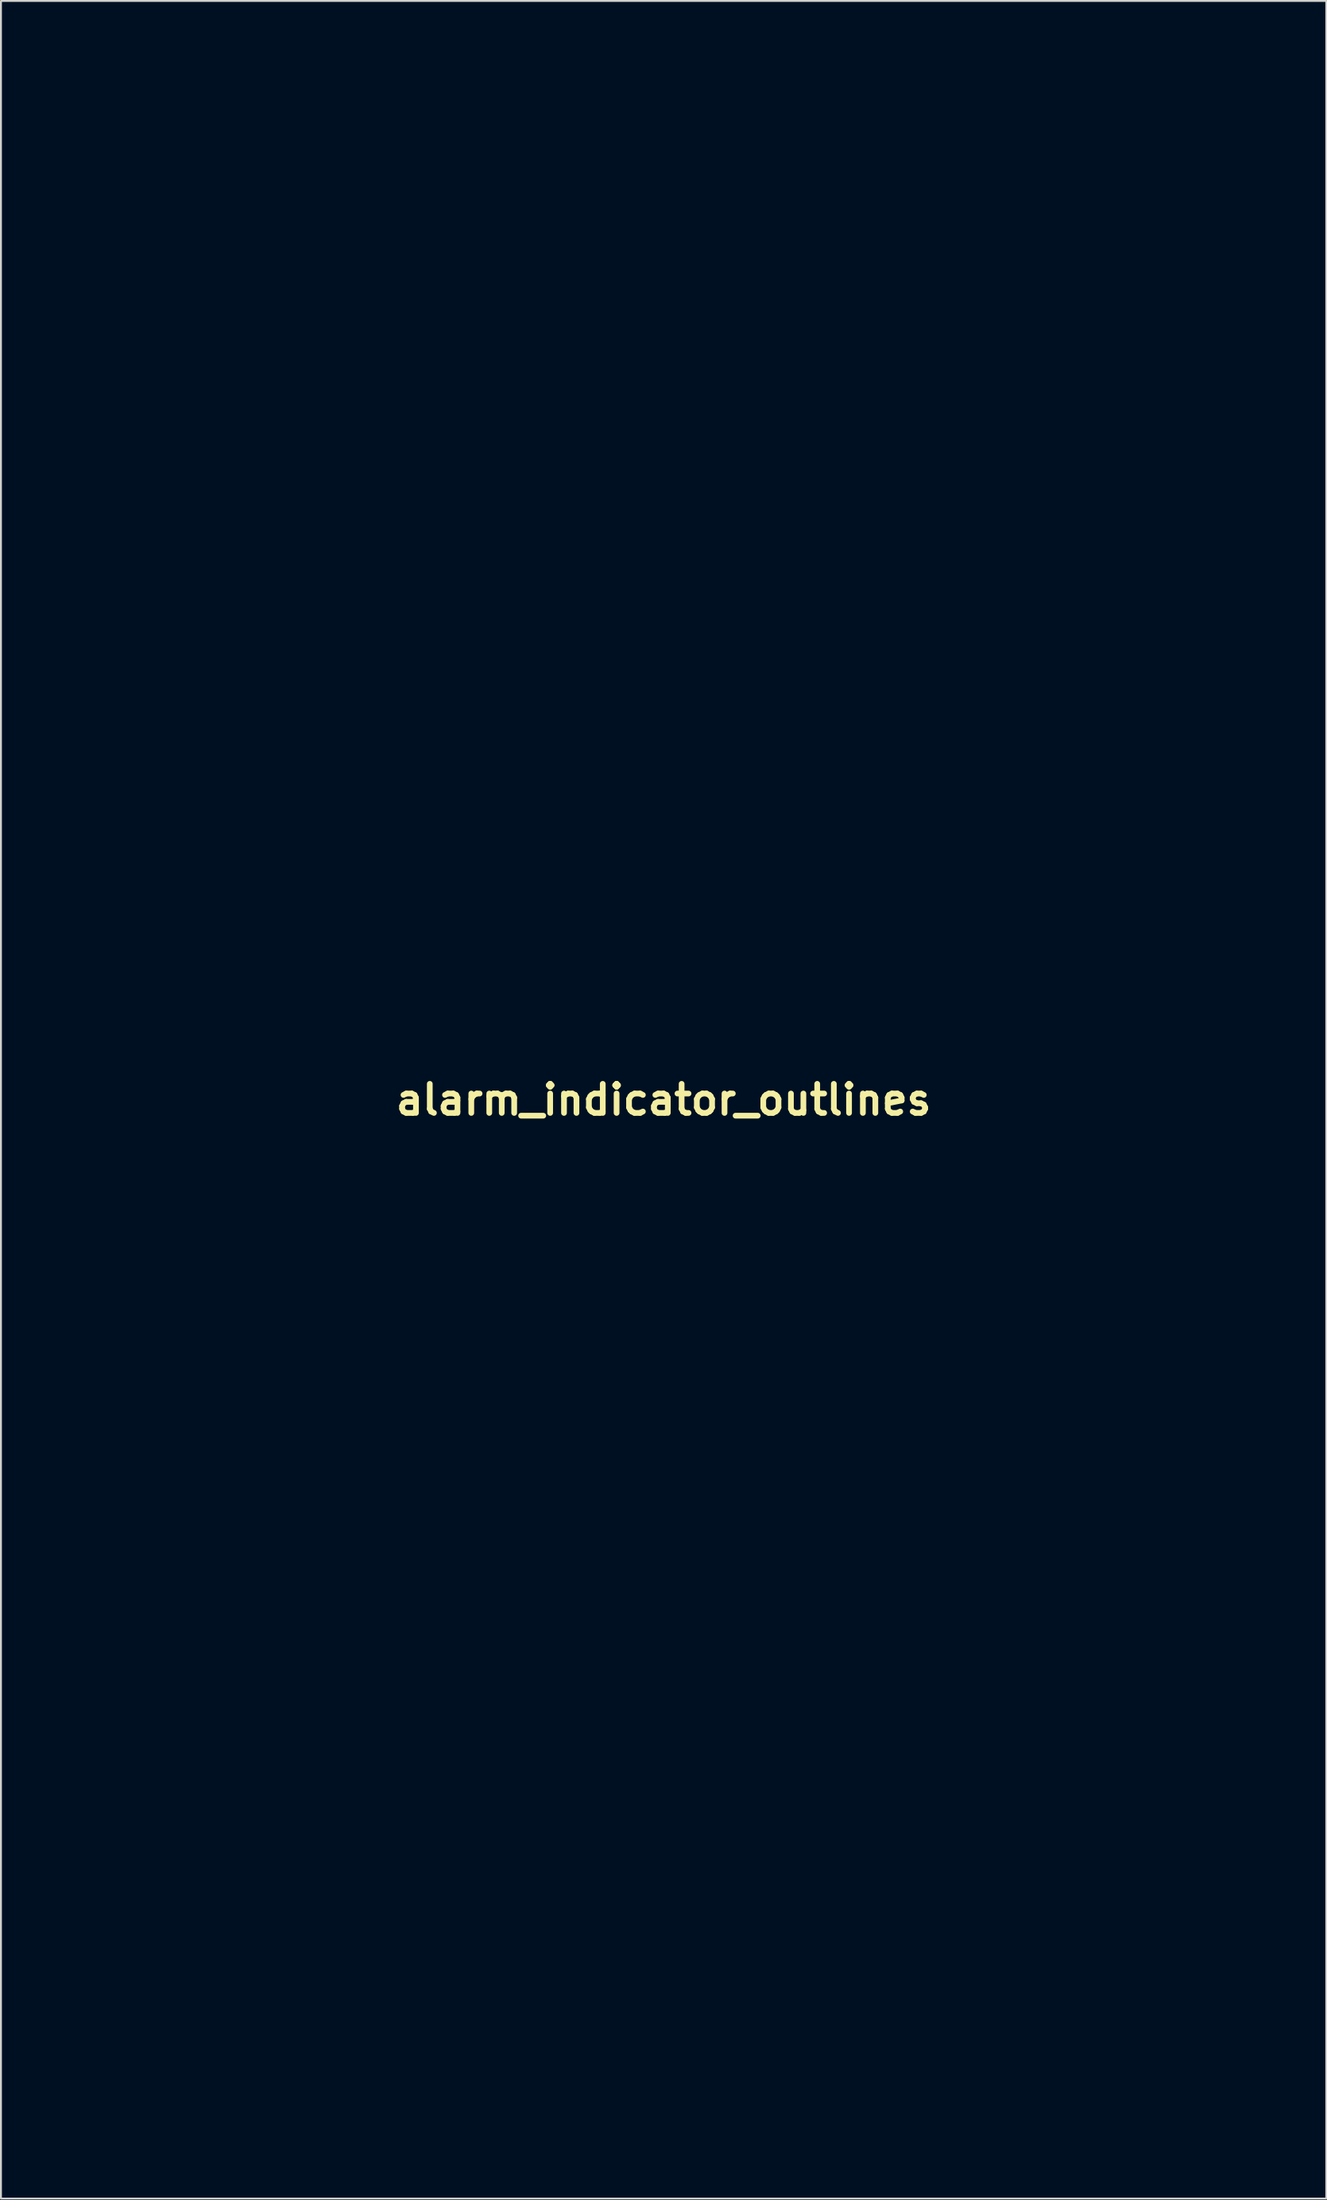
<source format=kicad_pcb>
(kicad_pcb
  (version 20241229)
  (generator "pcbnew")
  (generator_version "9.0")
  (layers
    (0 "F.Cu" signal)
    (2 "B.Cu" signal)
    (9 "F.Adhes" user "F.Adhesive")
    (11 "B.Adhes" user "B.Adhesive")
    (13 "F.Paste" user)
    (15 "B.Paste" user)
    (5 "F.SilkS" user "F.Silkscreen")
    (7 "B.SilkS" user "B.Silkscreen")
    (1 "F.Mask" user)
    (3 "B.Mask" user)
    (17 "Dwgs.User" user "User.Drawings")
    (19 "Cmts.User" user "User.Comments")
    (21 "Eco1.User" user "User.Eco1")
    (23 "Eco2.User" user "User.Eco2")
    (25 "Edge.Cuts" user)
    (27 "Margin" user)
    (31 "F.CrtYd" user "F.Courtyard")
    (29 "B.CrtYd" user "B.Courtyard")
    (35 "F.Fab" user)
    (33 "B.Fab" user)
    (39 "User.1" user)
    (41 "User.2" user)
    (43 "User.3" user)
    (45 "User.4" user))
  (footprint "alarm_indicator_outlines"
    (layer "F.Cu")
    (at 31.755 54.615)
    (property "Reference" "alarm_indicator_outlines" (at 0 0 0) (layer "F.SilkS") (effects (font (size 1.524 1.524) (thickness 0.3))))
    (attr through_hole)
    (fp_poly (pts (xy 22.806 8.649) (xy 23.849 8.649) (xy 24.79 8.651) (xy 25.635 8.652) (xy 26.387 8.655) (xy 27.051 8.657) (xy 27.631 8.661) (xy 28.132 8.665) (xy 28.557 8.67) (xy 28.911 8.675) (xy 29.198 8.681) (xy 29.423 8.688) (xy 29.589 8.695) (xy 29.702 8.704) (xy 29.766 8.712) (xy 29.78 8.717) (xy 29.919 8.823) (xy 30.059 8.98) (xy 30.081 9.011) (xy 30.226 9.226) (xy 30.226 15.494) (xy 30.226 21.762) (xy 30.081 21.977) (xy 29.947 22.137) (xy 29.803 22.257) (xy 29.78 22.271) (xy 29.698 22.28) (xy 29.496 22.289) (xy 29.182 22.298) (xy 28.762 22.306) (xy 28.244 22.313) (xy 27.634 22.32) (xy 26.94 22.326) (xy 26.169 22.332) (xy 25.328 22.337) (xy 24.424 22.341) (xy 23.465 22.345) (xy 22.457 22.349) (xy 21.407 22.352) (xy 20.323 22.354) (xy 19.212 22.356) (xy 18.081 22.357) (xy 16.937 22.358) (xy 15.787 22.358) (xy 14.638 22.358) (xy 13.498 22.357) (xy 12.374 22.355) (xy 11.272 22.353) (xy 10.2 22.351) (xy 9.165 22.348) (xy 8.175 22.344) (xy 7.235 22.34) (xy 6.354 22.335) (xy 5.538 22.33) (xy 4.795 22.324) (xy 4.132 22.317) (xy 3.555 22.31) (xy 3.073 22.303) (xy 2.692 22.295) (xy 2.419 22.286) (xy 2.261 22.277) (xy 2.224 22.271) (xy 2.086 22.165) (xy 1.945 22.008) (xy 1.922 21.975) (xy 1.776 21.759) (xy 1.809 9.261) (xy 2.032 9.261) (xy 2.032 21.727) (xy 2.218 21.912) (xy 2.403 22.098) (xy 29.584 22.098) (xy 29.94 21.791) (xy 29.94 9.197) (xy 29.762 9.043) (xy 29.584 8.89) (xy 2.403 8.89) (xy 2.032 9.261) (xy 1.809 9.261) (xy 1.81 9.083) (xy 2.225 8.668) (xy 15.924 8.653) (xy 17.537 8.651) (xy 19.028 8.65) (xy 20.4 8.649) (xy 21.658 8.649) (xy 22.806 8.649)) (stroke (width 0.01) (type solid)) (fill no) (layer "Eco1.User"))
    (fp_poly (pts (xy 22.806 24.143) (xy 23.849 24.143) (xy 24.79 24.145) (xy 25.635 24.146) (xy 26.387 24.149) (xy 27.051 24.151) (xy 27.631 24.155) (xy 28.132 24.159) (xy 28.557 24.164) (xy 28.911 24.169) (xy 29.198 24.175) (xy 29.423 24.182) (xy 29.589 24.189) (xy 29.702 24.198) (xy 29.766 24.206) (xy 29.78 24.211) (xy 29.919 24.317) (xy 30.059 24.474) (xy 30.081 24.505) (xy 30.226 24.72) (xy 30.226 30.988) (xy 30.226 37.256) (xy 30.081 37.471) (xy 29.947 37.631) (xy 29.803 37.751) (xy 29.78 37.765) (xy 29.698 37.774) (xy 29.496 37.783) (xy 29.182 37.792) (xy 28.762 37.8) (xy 28.244 37.807) (xy 27.634 37.814) (xy 26.94 37.82) (xy 26.169 37.826) (xy 25.328 37.831) (xy 24.424 37.835) (xy 23.465 37.839) (xy 22.457 37.843) (xy 21.407 37.846) (xy 20.323 37.848) (xy 19.212 37.85) (xy 18.081 37.851) (xy 16.937 37.852) (xy 15.787 37.852) (xy 14.638 37.852) (xy 13.498 37.851) (xy 12.374 37.849) (xy 11.272 37.847) (xy 10.2 37.845) (xy 9.165 37.842) (xy 8.175 37.838) (xy 7.235 37.834) (xy 6.354 37.829) (xy 5.538 37.824) (xy 4.795 37.818) (xy 4.132 37.811) (xy 3.555 37.804) (xy 3.073 37.797) (xy 2.692 37.789) (xy 2.419 37.78) (xy 2.261 37.771) (xy 2.224 37.765) (xy 2.086 37.659) (xy 1.945 37.502) (xy 1.922 37.469) (xy 1.776 37.253) (xy 1.809 24.755) (xy 2.032 24.755) (xy 2.032 37.221) (xy 2.218 37.406) (xy 2.403 37.592) (xy 29.584 37.592) (xy 29.94 37.285) (xy 29.94 24.691) (xy 29.762 24.537) (xy 29.584 24.384) (xy 2.403 24.384) (xy 2.032 24.755) (xy 1.809 24.755) (xy 1.81 24.577) (xy 2.225 24.162) (xy 15.924 24.147) (xy 17.537 24.145) (xy 19.028 24.144) (xy 20.4 24.143) (xy 21.658 24.143) (xy 22.806 24.143)) (stroke (width 0.01) (type solid)) (fill no) (layer "Eco1.User"))
    (fp_poly (pts (xy 17.366 -6.864) (xy 18.506 -6.863) (xy 19.63 -6.861) (xy 20.732 -6.859) (xy 21.804 -6.857) (xy 22.839 -6.854) (xy 23.829 -6.85) (xy 24.769 -6.846) (xy 25.65 -6.841) (xy 26.466 -6.836) (xy 27.209 -6.83) (xy 27.872 -6.823) (xy 28.449 -6.816) (xy 28.931 -6.809) (xy 29.312 -6.801) (xy 29.585 -6.792) (xy 29.743 -6.783) (xy 29.78 -6.777) (xy 29.919 -6.671) (xy 30.059 -6.514) (xy 30.081 -6.483) (xy 30.226 -6.268) (xy 30.226 0) (xy 30.226 6.268) (xy 30.081 6.483) (xy 29.947 6.643) (xy 29.803 6.763) (xy 29.78 6.777) (xy 29.698 6.786) (xy 29.496 6.795) (xy 29.182 6.804) (xy 28.762 6.812) (xy 28.244 6.819) (xy 27.634 6.826) (xy 26.94 6.832) (xy 26.169 6.838) (xy 25.328 6.843) (xy 24.424 6.847) (xy 23.465 6.851) (xy 22.457 6.855) (xy 21.407 6.858) (xy 20.323 6.86) (xy 19.212 6.862) (xy 18.081 6.863) (xy 16.937 6.864) (xy 15.787 6.864) (xy 14.638 6.864) (xy 13.498 6.863) (xy 12.374 6.861) (xy 11.272 6.859) (xy 10.2 6.857) (xy 9.165 6.854) (xy 8.175 6.85) (xy 7.235 6.846) (xy 6.354 6.841) (xy 5.538 6.836) (xy 4.795 6.83) (xy 4.132 6.823) (xy 3.555 6.816) (xy 3.073 6.809) (xy 2.692 6.801) (xy 2.419 6.792) (xy 2.261 6.783) (xy 2.224 6.777) (xy 2.085 6.671) (xy 1.945 6.514) (xy 1.923 6.483) (xy 1.778 6.268) (xy 1.778 -6.233) (xy 2.032 -6.233) (xy 2.032 6.233) (xy 2.218 6.418) (xy 2.403 6.604) (xy 29.584 6.604) (xy 29.94 6.297) (xy 29.94 -6.297) (xy 29.762 -6.451) (xy 29.584 -6.604) (xy 2.403 -6.604) (xy 2.032 -6.233) (xy 1.778 -6.233) (xy 1.778 -6.268) (xy 1.923 -6.483) (xy 2.057 -6.643) (xy 2.201 -6.763) (xy 2.224 -6.777) (xy 2.306 -6.786) (xy 2.508 -6.795) (xy 2.822 -6.804) (xy 3.242 -6.812) (xy 3.76 -6.819) (xy 4.37 -6.826) (xy 5.064 -6.832) (xy 5.835 -6.838) (xy 6.676 -6.843) (xy 7.58 -6.847) (xy 8.539 -6.851) (xy 9.547 -6.855) (xy 10.597 -6.858) (xy 11.681 -6.86) (xy 12.792 -6.862) (xy 13.923 -6.863) (xy 15.067 -6.864) (xy 16.217 -6.864) (xy 17.366 -6.864)) (stroke (width 0.01) (type solid)) (fill no) (layer "Eco1.User"))
    (fp_poly (pts (xy 17.366 -37.852) (xy 18.506 -37.851) (xy 19.63 -37.849) (xy 20.732 -37.847) (xy 21.804 -37.845) (xy 22.839 -37.842) (xy 23.829 -37.838) (xy 24.769 -37.834) (xy 25.65 -37.829) (xy 26.466 -37.824) (xy 27.209 -37.818) (xy 27.872 -37.811) (xy 28.449 -37.804) (xy 28.931 -37.797) (xy 29.312 -37.789) (xy 29.585 -37.78) (xy 29.743 -37.771) (xy 29.78 -37.765) (xy 29.919 -37.659) (xy 30.059 -37.502) (xy 30.081 -37.471) (xy 30.226 -37.256) (xy 30.226 -30.988) (xy 30.226 -24.72) (xy 30.081 -24.505) (xy 29.947 -24.345) (xy 29.803 -24.225) (xy 29.78 -24.211) (xy 29.737 -24.202) (xy 29.647 -24.193) (xy 29.503 -24.185) (xy 29.302 -24.178) (xy 29.04 -24.171) (xy 28.712 -24.165) (xy 28.314 -24.16) (xy 27.842 -24.155) (xy 27.291 -24.151) (xy 26.658 -24.147) (xy 25.937 -24.144) (xy 25.125 -24.142) (xy 24.217 -24.139) (xy 23.209 -24.138) (xy 22.097 -24.136) (xy 20.877 -24.135) (xy 19.543 -24.135) (xy 18.093 -24.135) (xy 16.521 -24.135) (xy 16.002 -24.135) (xy 14.694 -24.136) (xy 13.42 -24.136) (xy 12.184 -24.138) (xy 10.993 -24.14) (xy 9.853 -24.142) (xy 8.769 -24.145) (xy 7.747 -24.148) (xy 6.794 -24.151) (xy 5.915 -24.154) (xy 5.116 -24.158) (xy 4.402 -24.162) (xy 3.781 -24.167) (xy 3.257 -24.171) (xy 2.836 -24.176) (xy 2.525 -24.181) (xy 2.329 -24.186) (xy 2.254 -24.191) (xy 2.125 -24.273) (xy 1.98 -24.402) (xy 1.968 -24.414) (xy 1.81 -24.585) (xy 1.793 -30.919) (xy 1.776 -37.221) (xy 2.032 -37.221) (xy 2.032 -24.755) (xy 2.218 -24.57) (xy 2.403 -24.384) (xy 29.584 -24.384) (xy 29.94 -24.691) (xy 29.94 -37.285) (xy 29.762 -37.439) (xy 29.584 -37.592) (xy 2.403 -37.592) (xy 2.032 -37.221) (xy 1.776 -37.221) (xy 1.776 -37.253) (xy 1.922 -37.469) (xy 2.056 -37.63) (xy 2.2 -37.751) (xy 2.224 -37.765) (xy 2.306 -37.774) (xy 2.508 -37.783) (xy 2.822 -37.792) (xy 3.242 -37.8) (xy 3.76 -37.807) (xy 4.37 -37.814) (xy 5.064 -37.82) (xy 5.835 -37.826) (xy 6.676 -37.831) (xy 7.58 -37.835) (xy 8.539 -37.839) (xy 9.547 -37.843) (xy 10.597 -37.846) (xy 11.681 -37.848) (xy 12.792 -37.85) (xy 13.923 -37.851) (xy 15.067 -37.852) (xy 16.217 -37.852) (xy 17.366 -37.852)) (stroke (width 0.01) (type solid)) (fill no) (layer "Eco1.User"))
    (fp_poly (pts (xy 17.366 -22.358) (xy 18.506 -22.357) (xy 19.63 -22.355) (xy 20.732 -22.353) (xy 21.804 -22.351) (xy 22.839 -22.348) (xy 23.829 -22.344) (xy 24.769 -22.34) (xy 25.65 -22.335) (xy 26.466 -22.33) (xy 27.209 -22.324) (xy 27.872 -22.317) (xy 28.449 -22.31) (xy 28.931 -22.303) (xy 29.312 -22.295) (xy 29.585 -22.286) (xy 29.743 -22.277) (xy 29.78 -22.271) (xy 29.919 -22.165) (xy 30.059 -22.008) (xy 30.081 -21.977) (xy 30.226 -21.762) (xy 30.226 -15.494) (xy 30.226 -9.226) (xy 30.081 -9.011) (xy 29.947 -8.851) (xy 29.803 -8.731) (xy 29.78 -8.717) (xy 29.737 -8.708) (xy 29.647 -8.699) (xy 29.503 -8.691) (xy 29.302 -8.684) (xy 29.04 -8.677) (xy 28.712 -8.671) (xy 28.314 -8.666) (xy 27.842 -8.661) (xy 27.291 -8.657) (xy 26.658 -8.653) (xy 25.937 -8.65) (xy 25.125 -8.648) (xy 24.217 -8.645) (xy 23.209 -8.644) (xy 22.097 -8.642) (xy 20.877 -8.641) (xy 19.543 -8.641) (xy 18.093 -8.641) (xy 16.521 -8.641) (xy 16.002 -8.641) (xy 14.694 -8.642) (xy 13.42 -8.642) (xy 12.184 -8.644) (xy 10.993 -8.646) (xy 9.853 -8.648) (xy 8.769 -8.651) (xy 7.747 -8.654) (xy 6.794 -8.657) (xy 5.915 -8.66) (xy 5.116 -8.664) (xy 4.402 -8.668) (xy 3.781 -8.673) (xy 3.257 -8.677) (xy 2.836 -8.682) (xy 2.525 -8.687) (xy 2.329 -8.692) (xy 2.254 -8.697) (xy 2.125 -8.779) (xy 1.98 -8.908) (xy 1.968 -8.92) (xy 1.81 -9.091) (xy 1.793 -15.425) (xy 1.776 -21.727) (xy 2.032 -21.727) (xy 2.032 -9.261) (xy 2.218 -9.076) (xy 2.403 -8.89) (xy 29.584 -8.89) (xy 29.94 -9.197) (xy 29.94 -21.791) (xy 29.762 -21.945) (xy 29.584 -22.098) (xy 2.403 -22.098) (xy 2.032 -21.727) (xy 1.776 -21.727) (xy 1.776 -21.759) (xy 1.922 -21.975) (xy 2.056 -22.136) (xy 2.2 -22.257) (xy 2.224 -22.271) (xy 2.306 -22.28) (xy 2.508 -22.289) (xy 2.822 -22.298) (xy 3.242 -22.306) (xy 3.76 -22.313) (xy 4.37 -22.32) (xy 5.064 -22.326) (xy 5.835 -22.332) (xy 6.676 -22.337) (xy 7.58 -22.341) (xy 8.539 -22.345) (xy 9.547 -22.349) (xy 10.597 -22.352) (xy 11.681 -22.354) (xy 12.792 -22.356) (xy 13.923 -22.357) (xy 15.067 -22.358) (xy 16.217 -22.358) (xy 17.366 -22.358)) (stroke (width 0.01) (type solid)) (fill no) (layer "Eco1.User"))
    (fp_poly (pts (xy -14.638 -6.864) (xy -13.498 -6.863) (xy -12.374 -6.861) (xy -11.272 -6.859) (xy -10.2 -6.857) (xy -9.165 -6.854) (xy -8.175 -6.85) (xy -7.235 -6.846) (xy -6.354 -6.841) (xy -5.538 -6.836) (xy -4.795 -6.83) (xy -4.132 -6.823) (xy -3.555 -6.816) (xy -3.073 -6.809) (xy -2.692 -6.801) (xy -2.419 -6.792) (xy -2.261 -6.783) (xy -2.224 -6.777) (xy -2.085 -6.671) (xy -1.945 -6.514) (xy -1.923 -6.483) (xy -1.778 -6.268) (xy -1.778 0) (xy -1.778 6.268) (xy -1.923 6.483) (xy -2.057 6.643) (xy -2.201 6.763) (xy -2.224 6.777) (xy -2.306 6.786) (xy -2.508 6.795) (xy -2.822 6.804) (xy -3.242 6.812) (xy -3.76 6.819) (xy -4.37 6.826) (xy -5.064 6.832) (xy -5.835 6.838) (xy -6.676 6.843) (xy -7.58 6.847) (xy -8.539 6.851) (xy -9.547 6.855) (xy -10.597 6.858) (xy -11.681 6.86) (xy -12.792 6.862) (xy -13.923 6.863) (xy -15.067 6.864) (xy -16.217 6.864) (xy -17.366 6.864) (xy -18.506 6.863) (xy -19.63 6.861) (xy -20.732 6.859) (xy -21.804 6.857) (xy -22.839 6.854) (xy -23.829 6.85) (xy -24.769 6.846) (xy -25.65 6.841) (xy -26.466 6.836) (xy -27.209 6.83) (xy -27.872 6.823) (xy -28.449 6.816) (xy -28.931 6.809) (xy -29.312 6.801) (xy -29.585 6.792) (xy -29.743 6.783) (xy -29.78 6.777) (xy -29.919 6.671) (xy -30.059 6.514) (xy -30.081 6.483) (xy -30.226 6.268) (xy -30.226 -6.268) (xy -30.206 -6.297) (xy -29.94 -6.297) (xy -29.94 6.297) (xy -29.762 6.451) (xy -29.584 6.604) (xy -2.403 6.604) (xy -2.218 6.418) (xy -2.032 6.233) (xy -2.032 0) (xy -2.032 -6.233) (xy -2.218 -6.418) (xy -2.403 -6.604) (xy -15.994 -6.604) (xy -29.584 -6.604) (xy -29.762 -6.451) (xy -29.94 -6.297) (xy -30.206 -6.297) (xy -30.081 -6.483) (xy -29.947 -6.643) (xy -29.803 -6.763) (xy -29.78 -6.777) (xy -29.698 -6.786) (xy -29.496 -6.795) (xy -29.182 -6.804) (xy -28.762 -6.812) (xy -28.244 -6.819) (xy -27.634 -6.826) (xy -26.94 -6.832) (xy -26.169 -6.838) (xy -25.328 -6.843) (xy -24.424 -6.847) (xy -23.465 -6.851) (xy -22.457 -6.855) (xy -21.407 -6.858) (xy -20.323 -6.86) (xy -19.212 -6.862) (xy -18.081 -6.863) (xy -16.937 -6.864) (xy -15.787 -6.864) (xy -14.638 -6.864)) (stroke (width 0.01) (type solid)) (fill no) (layer "Eco1.User"))
    (fp_poly (pts (xy -21.008 24.143) (xy -19.69 24.143) (xy -18.256 24.144) (xy -16.701 24.146) (xy -15.924 24.147) (xy -2.225 24.162) (xy -2.017 24.369) (xy -1.81 24.577) (xy -1.793 30.915) (xy -1.776 37.253) (xy -1.922 37.469) (xy -2.056 37.63) (xy -2.2 37.751) (xy -2.224 37.765) (xy -2.267 37.774) (xy -2.358 37.783) (xy -2.502 37.791) (xy -2.703 37.798) (xy -2.966 37.805) (xy -3.295 37.811) (xy -3.694 37.816) (xy -4.167 37.821) (xy -4.719 37.826) (xy -5.354 37.829) (xy -6.076 37.833) (xy -6.89 37.836) (xy -7.799 37.838) (xy -8.809 37.84) (xy -9.923 37.842) (xy -11.145 37.843) (xy -12.481 37.844) (xy -13.933 37.844) (xy -15.508 37.845) (xy -16.002 37.845) (xy -17.551 37.845) (xy -18.977 37.845) (xy -20.287 37.845) (xy -21.485 37.844) (xy -22.577 37.844) (xy -23.566 37.843) (xy -24.46 37.842) (xy -25.262 37.841) (xy -25.977 37.839) (xy -26.611 37.837) (xy -27.169 37.834) (xy -27.656 37.831) (xy -28.077 37.827) (xy -28.437 37.823) (xy -28.741 37.818) (xy -28.995 37.812) (xy -29.202 37.805) (xy -29.369 37.798) (xy -29.501 37.79) (xy -29.602 37.781) (xy -29.677 37.771) (xy -29.732 37.76) (xy -29.773 37.748) (xy -29.802 37.735) (xy -29.826 37.722) (xy -29.891 37.684) (xy -29.948 37.651) (xy -29.998 37.615) (xy -30.042 37.567) (xy -30.08 37.501) (xy -30.113 37.41) (xy -30.14 37.285) (xy -30.162 37.12) (xy -30.18 36.906) (xy -30.195 36.637) (xy -30.206 36.305) (xy -30.214 35.902) (xy -30.22 35.421) (xy -30.223 34.855) (xy -30.225 34.196) (xy -30.226 33.437) (xy -30.226 32.569) (xy -30.226 31.587) (xy -30.226 30.969) (xy -30.226 24.72) (xy -30.206 24.691) (xy -29.94 24.691) (xy -29.94 37.285) (xy -29.762 37.439) (xy -29.584 37.592) (xy -2.403 37.592) (xy -2.218 37.406) (xy -2.032 37.221) (xy -2.032 30.988) (xy -2.032 24.755) (xy -2.218 24.57) (xy -2.403 24.384) (xy -29.584 24.384) (xy -29.762 24.537) (xy -29.94 24.691) (xy -30.206 24.691) (xy -30.081 24.505) (xy -29.947 24.344) (xy -29.803 24.224) (xy -29.78 24.211) (xy -29.738 24.202) (xy -29.649 24.193) (xy -29.508 24.185) (xy -29.312 24.178) (xy -29.054 24.172) (xy -28.732 24.166) (xy -28.341 24.161) (xy -27.877 24.157) (xy -27.335 24.153) (xy -26.712 24.15) (xy -26.002 24.147) (xy -25.201 24.145) (xy -24.306 24.144) (xy -23.311 24.143) (xy -22.213 24.143) (xy -21.008 24.143)) (stroke (width 0.01) (type solid)) (fill no) (layer "Eco1.User"))
    (fp_poly (pts (xy -21.008 8.649) (xy -19.69 8.649) (xy -18.256 8.65) (xy -16.701 8.652) (xy -15.924 8.653) (xy -2.225 8.668) (xy -2.017 8.875) (xy -1.81 9.083) (xy -1.793 15.421) (xy -1.776 21.759) (xy -1.922 21.975) (xy -2.056 22.136) (xy -2.2 22.257) (xy -2.224 22.271) (xy -2.267 22.28) (xy -2.358 22.289) (xy -2.502 22.297) (xy -2.703 22.304) (xy -2.966 22.311) (xy -3.295 22.317) (xy -3.694 22.322) (xy -4.167 22.327) (xy -4.719 22.332) (xy -5.354 22.335) (xy -6.076 22.339) (xy -6.89 22.342) (xy -7.799 22.344) (xy -8.809 22.346) (xy -9.923 22.348) (xy -11.145 22.349) (xy -12.481 22.35) (xy -13.933 22.35) (xy -15.508 22.351) (xy -16.002 22.351) (xy -17.551 22.351) (xy -18.977 22.351) (xy -20.287 22.351) (xy -21.485 22.35) (xy -22.577 22.35) (xy -23.566 22.349) (xy -24.46 22.348) (xy -25.262 22.347) (xy -25.977 22.345) (xy -26.611 22.343) (xy -27.169 22.34) (xy -27.656 22.337) (xy -28.077 22.333) (xy -28.437 22.329) (xy -28.741 22.324) (xy -28.995 22.318) (xy -29.202 22.311) (xy -29.369 22.304) (xy -29.501 22.296) (xy -29.602 22.287) (xy -29.677 22.277) (xy -29.732 22.266) (xy -29.773 22.254) (xy -29.802 22.241) (xy -29.826 22.228) (xy -29.891 22.19) (xy -29.948 22.157) (xy -29.998 22.121) (xy -30.042 22.073) (xy -30.08 22.007) (xy -30.113 21.916) (xy -30.14 21.791) (xy -30.162 21.626) (xy -30.18 21.412) (xy -30.195 21.143) (xy -30.206 20.811) (xy -30.214 20.408) (xy -30.22 19.927) (xy -30.223 19.361) (xy -30.225 18.702) (xy -30.226 17.943) (xy -30.226 17.075) (xy -30.226 16.093) (xy -30.226 15.475) (xy -30.226 9.226) (xy -30.206 9.197) (xy -29.94 9.197) (xy -29.94 21.791) (xy -29.762 21.945) (xy -29.584 22.098) (xy -2.403 22.098) (xy -2.218 21.912) (xy -2.032 21.727) (xy -2.032 15.494) (xy -2.032 9.261) (xy -2.218 9.076) (xy -2.403 8.89) (xy -15.994 8.89) (xy -29.584 8.89) (xy -29.762 9.043) (xy -29.94 9.197) (xy -30.206 9.197) (xy -30.081 9.011) (xy -29.947 8.85) (xy -29.803 8.73) (xy -29.78 8.717) (xy -29.738 8.708) (xy -29.649 8.699) (xy -29.508 8.691) (xy -29.312 8.684) (xy -29.054 8.678) (xy -28.732 8.672) (xy -28.341 8.667) (xy -27.877 8.663) (xy -27.335 8.659) (xy -26.712 8.656) (xy -26.002 8.653) (xy -25.201 8.651) (xy -24.306 8.65) (xy -23.311 8.649) (xy -22.213 8.649) (xy -21.008 8.649)) (stroke (width 0.01) (type solid)) (fill no) (layer "Eco1.User"))
    (fp_poly (pts (xy -16.002 -37.845) (xy -14.391 -37.845) (xy -12.902 -37.844) (xy -11.532 -37.843) (xy -10.277 -37.842) (xy -9.131 -37.841) (xy -8.09 -37.839) (xy -7.151 -37.836) (xy -6.309 -37.834) (xy -5.56 -37.83) (xy -4.9 -37.827) (xy -4.323 -37.823) (xy -3.827 -37.818) (xy -3.406 -37.813) (xy -3.057 -37.807) (xy -2.775 -37.8) (xy -2.556 -37.793) (xy -2.395 -37.785) (xy -2.289 -37.777) (xy -2.232 -37.768) (xy -2.224 -37.765) (xy -2.086 -37.659) (xy -1.945 -37.502) (xy -1.922 -37.469) (xy -1.776 -37.253) (xy -1.793 -30.915) (xy -1.81 -24.577) (xy -2.017 -24.369) (xy -2.225 -24.162) (xy -15.924 -24.147) (xy -17.537 -24.145) (xy -19.028 -24.144) (xy -20.4 -24.143) (xy -21.658 -24.143) (xy -22.806 -24.143) (xy -23.849 -24.143) (xy -24.79 -24.145) (xy -25.635 -24.146) (xy -26.387 -24.149) (xy -27.051 -24.151) (xy -27.631 -24.155) (xy -28.132 -24.159) (xy -28.557 -24.164) (xy -28.911 -24.169) (xy -29.198 -24.175) (xy -29.423 -24.182) (xy -29.589 -24.189) (xy -29.702 -24.198) (xy -29.766 -24.206) (xy -29.78 -24.211) (xy -29.919 -24.317) (xy -30.059 -24.474) (xy -30.081 -24.505) (xy -30.226 -24.72) (xy -30.226 -30.969) (xy -30.226 -32.021) (xy -30.226 -32.953) (xy -30.226 -33.773) (xy -30.225 -34.489) (xy -30.222 -35.108) (xy -30.218 -35.636) (xy -30.211 -36.083) (xy -30.202 -36.455) (xy -30.189 -36.759) (xy -30.173 -37.004) (xy -30.153 -37.196) (xy -30.138 -37.285) (xy -29.94 -37.285) (xy -29.94 -24.691) (xy -29.762 -24.537) (xy -29.584 -24.384) (xy -2.403 -24.384) (xy -2.218 -24.57) (xy -2.032 -24.755) (xy -2.032 -30.988) (xy -2.032 -37.221) (xy -2.218 -37.406) (xy -2.403 -37.592) (xy -15.994 -37.592) (xy -29.584 -37.592) (xy -29.762 -37.439) (xy -29.94 -37.285) (xy -30.138 -37.285) (xy -30.129 -37.343) (xy -30.099 -37.453) (xy -30.065 -37.532) (xy -30.024 -37.589) (xy -29.978 -37.631) (xy -29.924 -37.665) (xy -29.864 -37.699) (xy -29.826 -37.722) (xy -29.801 -37.736) (xy -29.771 -37.749) (xy -29.73 -37.761) (xy -29.674 -37.771) (xy -29.597 -37.781) (xy -29.494 -37.79) (xy -29.361 -37.798) (xy -29.192 -37.806) (xy -28.982 -37.812) (xy -28.726 -37.818) (xy -28.419 -37.823) (xy -28.056 -37.827) (xy -27.632 -37.831) (xy -27.141 -37.834) (xy -26.579 -37.837) (xy -25.941 -37.839) (xy -25.221 -37.841) (xy -24.414 -37.842) (xy -23.515 -37.843) (xy -22.52 -37.844) (xy -21.423 -37.844) (xy -20.219 -37.845) (xy -18.903 -37.845) (xy -17.47 -37.845) (xy -16.002 -37.845)) (stroke (width 0.01) (type solid)) (fill no) (layer "Eco1.User"))
    (fp_poly (pts (xy -16.002 -22.351) (xy -14.391 -22.351) (xy -12.902 -22.35) (xy -11.532 -22.349) (xy -10.277 -22.348) (xy -9.131 -22.347) (xy -8.09 -22.345) (xy -7.151 -22.342) (xy -6.309 -22.34) (xy -5.56 -22.336) (xy -4.9 -22.333) (xy -4.323 -22.329) (xy -3.827 -22.324) (xy -3.406 -22.319) (xy -3.057 -22.313) (xy -2.775 -22.306) (xy -2.556 -22.299) (xy -2.395 -22.291) (xy -2.289 -22.283) (xy -2.232 -22.274) (xy -2.224 -22.271) (xy -2.086 -22.165) (xy -1.945 -22.008) (xy -1.922 -21.975) (xy -1.776 -21.759) (xy -1.793 -15.421) (xy -1.81 -9.083) (xy -2.017 -8.875) (xy -2.225 -8.668) (xy -15.924 -8.653) (xy -17.537 -8.651) (xy -19.028 -8.65) (xy -20.4 -8.649) (xy -21.658 -8.649) (xy -22.806 -8.649) (xy -23.849 -8.649) (xy -24.79 -8.651) (xy -25.635 -8.652) (xy -26.387 -8.655) (xy -27.051 -8.657) (xy -27.631 -8.661) (xy -28.132 -8.665) (xy -28.557 -8.67) (xy -28.911 -8.675) (xy -29.198 -8.681) (xy -29.423 -8.688) (xy -29.589 -8.695) (xy -29.702 -8.704) (xy -29.766 -8.712) (xy -29.78 -8.717) (xy -29.919 -8.823) (xy -30.059 -8.98) (xy -30.081 -9.011) (xy -30.226 -9.226) (xy -30.226 -15.475) (xy -30.226 -16.527) (xy -30.226 -17.459) (xy -30.226 -18.279) (xy -30.225 -18.995) (xy -30.222 -19.614) (xy -30.218 -20.142) (xy -30.211 -20.589) (xy -30.202 -20.961) (xy -30.189 -21.265) (xy -30.173 -21.51) (xy -30.153 -21.702) (xy -30.138 -21.791) (xy -29.94 -21.791) (xy -29.94 -9.197) (xy -29.762 -9.043) (xy -29.584 -8.89) (xy -2.403 -8.89) (xy -2.218 -9.076) (xy -2.032 -9.261) (xy -2.032 -15.494) (xy -2.032 -21.727) (xy -2.218 -21.912) (xy -2.403 -22.098) (xy -15.994 -22.098) (xy -29.584 -22.098) (xy -29.762 -21.945) (xy -29.94 -21.791) (xy -30.138 -21.791) (xy -30.129 -21.849) (xy -30.099 -21.959) (xy -30.065 -22.038) (xy -30.024 -22.095) (xy -29.978 -22.137) (xy -29.924 -22.171) (xy -29.864 -22.205) (xy -29.826 -22.228) (xy -29.801 -22.242) (xy -29.771 -22.255) (xy -29.73 -22.267) (xy -29.674 -22.277) (xy -29.597 -22.287) (xy -29.494 -22.296) (xy -29.361 -22.304) (xy -29.192 -22.312) (xy -28.982 -22.318) (xy -28.726 -22.324) (xy -28.419 -22.329) (xy -28.056 -22.333) (xy -27.632 -22.337) (xy -27.141 -22.34) (xy -26.579 -22.343) (xy -25.941 -22.345) (xy -25.221 -22.347) (xy -24.414 -22.348) (xy -23.515 -22.349) (xy -22.52 -22.35) (xy -21.423 -22.35) (xy -20.219 -22.351) (xy -18.903 -22.351) (xy -17.47 -22.351) (xy -16.002 -22.351)) (stroke (width 0.01) (type solid)) (fill no) (layer "Eco1.User"))
    (fp_poly (pts (xy 16.002 -53.339) (xy 17.613 -53.339) (xy 19.102 -53.338) (xy 20.472 -53.337) (xy 21.727 -53.336) (xy 22.873 -53.335) (xy 23.914 -53.333) (xy 24.853 -53.33) (xy 25.695 -53.328) (xy 26.444 -53.324) (xy 27.104 -53.321) (xy 27.681 -53.317) (xy 28.177 -53.312) (xy 28.598 -53.307) (xy 28.947 -53.301) (xy 29.229 -53.294) (xy 29.448 -53.287) (xy 29.609 -53.279) (xy 29.715 -53.271) (xy 29.772 -53.262) (xy 29.78 -53.259) (xy 29.919 -53.153) (xy 30.059 -52.996) (xy 30.081 -52.965) (xy 30.226 -52.75) (xy 30.226 -46.482) (xy 30.226 -40.214) (xy 30.081 -39.999) (xy 29.947 -39.839) (xy 29.803 -39.719) (xy 29.78 -39.705) (xy 29.737 -39.696) (xy 29.646 -39.687) (xy 29.502 -39.679) (xy 29.301 -39.672) (xy 29.038 -39.665) (xy 28.71 -39.659) (xy 28.311 -39.654) (xy 27.838 -39.649) (xy 27.286 -39.644) (xy 26.652 -39.641) (xy 25.93 -39.637) (xy 25.117 -39.634) (xy 24.208 -39.632) (xy 23.199 -39.63) (xy 22.086 -39.628) (xy 20.864 -39.627) (xy 19.53 -39.626) (xy 18.078 -39.625) (xy 16.506 -39.625) (xy 15.953 -39.625) (xy 2.284 -39.624) (xy 2.047 -39.841) (xy 1.81 -40.059) (xy 1.793 -46.383) (xy 1.79 -47.442) (xy 1.787 -48.381) (xy 1.786 -49.208) (xy 1.785 -49.93) (xy 1.786 -50.555) (xy 1.789 -51.09) (xy 1.794 -51.542) (xy 1.802 -51.919) (xy 1.813 -52.228) (xy 1.828 -52.477) (xy 1.848 -52.674) (xy 1.854 -52.715) (xy 2.032 -52.715) (xy 2.032 -46.522) (xy 2.033 -45.388) (xy 2.034 -44.377) (xy 2.037 -43.486) (xy 2.04 -42.71) (xy 2.045 -42.045) (xy 2.051 -41.487) (xy 2.059 -41.034) (xy 2.068 -40.679) (xy 2.078 -40.421) (xy 2.089 -40.254) (xy 2.102 -40.176) (xy 2.103 -40.173) (xy 2.208 -40.029) (xy 2.309 -39.952) (xy 2.385 -39.944) (xy 2.575 -39.936) (xy 2.881 -39.928) (xy 3.304 -39.921) (xy 3.845 -39.915) (xy 4.504 -39.909) (xy 5.282 -39.904) (xy 6.18 -39.9) (xy 7.199 -39.895) (xy 8.34 -39.892) (xy 9.603 -39.889) (xy 10.99 -39.887) (xy 12.502 -39.885) (xy 14.139 -39.883) (xy 15.901 -39.882) (xy 16.014 -39.882) (xy 29.584 -39.878) (xy 29.94 -40.185) (xy 29.94 -52.779) (xy 29.584 -53.086) (xy 15.994 -53.086) (xy 2.403 -53.086) (xy 2.032 -52.715) (xy 1.854 -52.715) (xy 1.871 -52.824) (xy 1.9 -52.937) (xy 1.934 -53.019) (xy 1.973 -53.078) (xy 2.019 -53.121) (xy 2.072 -53.155) (xy 2.131 -53.188) (xy 2.178 -53.216) (xy 2.203 -53.23) (xy 2.233 -53.243) (xy 2.274 -53.255) (xy 2.33 -53.265) (xy 2.407 -53.275) (xy 2.51 -53.284) (xy 2.643 -53.292) (xy 2.812 -53.3) (xy 3.022 -53.306) (xy 3.278 -53.312) (xy 3.585 -53.317) (xy 3.948 -53.321) (xy 4.372 -53.325) (xy 4.863 -53.328) (xy 5.425 -53.331) (xy 6.063 -53.333) (xy 6.783 -53.335) (xy 7.59 -53.336) (xy 8.489 -53.337) (xy 9.484 -53.338) (xy 10.581 -53.338) (xy 11.785 -53.339) (xy 13.101 -53.339) (xy 14.534 -53.339) (xy 16.002 -53.339)) (stroke (width 0.01) (type solid)) (fill no) (layer "Eco1.User"))
    (fp_poly (pts (xy -2.047 39.841) (xy -1.81 40.059) (xy -1.793 46.403) (xy -1.776 52.747) (xy -1.922 52.963) (xy -2.056 53.124) (xy -2.2 53.245) (xy -2.224 53.259) (xy -2.267 53.268) (xy -2.358 53.277) (xy -2.502 53.285) (xy -2.703 53.292) (xy -2.966 53.299) (xy -3.295 53.305) (xy -3.694 53.31) (xy -4.167 53.315) (xy -4.719 53.32) (xy -5.354 53.323) (xy -6.076 53.327) (xy -6.89 53.33) (xy -7.799 53.332) (xy -8.809 53.334) (xy -9.923 53.336) (xy -11.145 53.337) (xy -12.481 53.338) (xy -13.933 53.338) (xy -15.508 53.339) (xy -16.002 53.339) (xy -17.551 53.339) (xy -18.977 53.339) (xy -20.287 53.339) (xy -21.485 53.338) (xy -22.577 53.338) (xy -23.566 53.337) (xy -24.46 53.336) (xy -25.262 53.335) (xy -25.977 53.333) (xy -26.611 53.331) (xy -27.169 53.328) (xy -27.656 53.325) (xy -28.077 53.321) (xy -28.437 53.317) (xy -28.741 53.312) (xy -28.995 53.306) (xy -29.202 53.299) (xy -29.369 53.292) (xy -29.501 53.284) (xy -29.602 53.275) (xy -29.677 53.265) (xy -29.732 53.254) (xy -29.773 53.242) (xy -29.802 53.229) (xy -29.826 53.216) (xy -29.891 53.178) (xy -29.948 53.145) (xy -29.998 53.109) (xy -30.042 53.061) (xy -30.08 52.995) (xy -30.113 52.904) (xy -30.14 52.779) (xy -30.162 52.614) (xy -30.18 52.4) (xy -30.195 52.131) (xy -30.206 51.799) (xy -30.214 51.396) (xy -30.22 50.915) (xy -30.223 50.349) (xy -30.225 49.69) (xy -30.226 48.931) (xy -30.226 48.063) (xy -30.226 47.081) (xy -30.226 46.463) (xy -30.226 40.214) (xy -30.206 40.185) (xy -29.94 40.185) (xy -29.94 52.779) (xy -29.762 52.933) (xy -29.584 53.086) (xy -2.403 53.086) (xy -2.218 52.9) (xy -2.032 52.715) (xy -2.032 46.522) (xy -2.033 45.385) (xy -2.034 44.372) (xy -2.037 43.479) (xy -2.041 42.701) (xy -2.045 42.035) (xy -2.052 41.477) (xy -2.059 41.023) (xy -2.068 40.67) (xy -2.078 40.413) (xy -2.089 40.249) (xy -2.102 40.174) (xy -2.103 40.174) (xy -2.216 40.026) (xy -2.328 39.949) (xy -2.387 39.94) (xy -2.528 39.932) (xy -2.752 39.924) (xy -3.063 39.917) (xy -3.464 39.911) (xy -3.957 39.905) (xy -4.546 39.9) (xy -5.233 39.896) (xy -6.021 39.892) (xy -6.914 39.888) (xy -7.914 39.886) (xy -9.024 39.883) (xy -10.247 39.881) (xy -11.585 39.88) (xy -13.043 39.879) (xy -14.622 39.878) (xy -16.033 39.878) (xy -29.584 39.878) (xy -29.762 40.031) (xy -29.94 40.185) (xy -30.206 40.185) (xy -30.081 39.999) (xy -29.947 39.839) (xy -29.803 39.719) (xy -29.78 39.705) (xy -29.737 39.696) (xy -29.646 39.687) (xy -29.502 39.679) (xy -29.301 39.672) (xy -29.038 39.665) (xy -28.71 39.659) (xy -28.311 39.654) (xy -27.838 39.649) (xy -27.286 39.644) (xy -26.652 39.641) (xy -25.93 39.637) (xy -25.117 39.634) (xy -24.208 39.632) (xy -23.199 39.63) (xy -22.086 39.628) (xy -20.864 39.627) (xy -19.53 39.626) (xy -18.078 39.625) (xy -16.506 39.625) (xy -15.953 39.625) (xy -2.284 39.624) (xy -2.047 39.841)) (stroke (width 0.01) (type solid)) (fill no) (layer "Eco1.User"))
    (fp_poly (pts (xy -16.002 -53.339) (xy -14.391 -53.339) (xy -12.902 -53.338) (xy -11.532 -53.337) (xy -10.277 -53.336) (xy -9.131 -53.335) (xy -8.09 -53.333) (xy -7.151 -53.33) (xy -6.309 -53.328) (xy -5.56 -53.324) (xy -4.9 -53.321) (xy -4.323 -53.317) (xy -3.827 -53.312) (xy -3.406 -53.307) (xy -3.057 -53.301) (xy -2.775 -53.294) (xy -2.556 -53.287) (xy -2.395 -53.279) (xy -2.289 -53.271) (xy -2.232 -53.262) (xy -2.224 -53.259) (xy -2.086 -53.153) (xy -1.945 -52.996) (xy -1.922 -52.963) (xy -1.776 -52.747) (xy -1.793 -46.403) (xy -1.81 -40.059) (xy -2.047 -39.841) (xy -2.284 -39.624) (xy -15.953 -39.625) (xy -17.568 -39.625) (xy -19.059 -39.626) (xy -20.432 -39.627) (xy -21.691 -39.628) (xy -22.839 -39.629) (xy -23.883 -39.631) (xy -24.824 -39.633) (xy -25.669 -39.636) (xy -26.421 -39.639) (xy -27.084 -39.643) (xy -27.663 -39.647) (xy -28.162 -39.652) (xy -28.585 -39.657) (xy -28.936 -39.663) (xy -29.221 -39.67) (xy -29.442 -39.677) (xy -29.605 -39.684) (xy -29.713 -39.693) (xy -29.771 -39.702) (xy -29.78 -39.705) (xy -29.919 -39.811) (xy -30.059 -39.968) (xy -30.081 -39.999) (xy -30.226 -40.214) (xy -30.226 -46.463) (xy -30.226 -47.515) (xy -30.226 -48.447) (xy -30.226 -49.267) (xy -30.225 -49.983) (xy -30.222 -50.602) (xy -30.218 -51.13) (xy -30.211 -51.577) (xy -30.202 -51.949) (xy -30.189 -52.253) (xy -30.173 -52.498) (xy -30.153 -52.69) (xy -30.138 -52.779) (xy -29.94 -52.779) (xy -29.94 -40.185) (xy -29.762 -40.031) (xy -29.584 -39.878) (xy -16.033 -39.878) (xy -14.35 -39.878) (xy -12.792 -39.879) (xy -11.354 -39.88) (xy -10.035 -39.881) (xy -8.831 -39.883) (xy -7.74 -39.886) (xy -6.758 -39.889) (xy -5.883 -39.893) (xy -5.112 -39.897) (xy -4.441 -39.901) (xy -3.868 -39.906) (xy -3.391 -39.912) (xy -3.005 -39.918) (xy -2.709 -39.925) (xy -2.498 -39.933) (xy -2.372 -39.941) (xy -2.328 -39.949) (xy -2.18 -40.062) (xy -2.103 -40.174) (xy -2.09 -40.247) (xy -2.078 -40.409) (xy -2.068 -40.664) (xy -2.059 -41.016) (xy -2.052 -41.468) (xy -2.046 -42.024) (xy -2.041 -42.688) (xy -2.037 -43.464) (xy -2.034 -44.356) (xy -2.033 -45.366) (xy -2.032 -46.5) (xy -2.032 -46.522) (xy -2.032 -52.715) (xy -2.218 -52.9) (xy -2.403 -53.086) (xy -15.994 -53.086) (xy -29.584 -53.086) (xy -29.762 -52.933) (xy -29.94 -52.779) (xy -30.138 -52.779) (xy -30.129 -52.837) (xy -30.099 -52.947) (xy -30.065 -53.026) (xy -30.024 -53.083) (xy -29.978 -53.125) (xy -29.924 -53.159) (xy -29.864 -53.193) (xy -29.826 -53.216) (xy -29.801 -53.23) (xy -29.771 -53.243) (xy -29.73 -53.255) (xy -29.674 -53.265) (xy -29.597 -53.275) (xy -29.494 -53.284) (xy -29.361 -53.292) (xy -29.192 -53.3) (xy -28.982 -53.306) (xy -28.726 -53.312) (xy -28.419 -53.317) (xy -28.056 -53.321) (xy -27.632 -53.325) (xy -27.141 -53.328) (xy -26.579 -53.331) (xy -25.941 -53.333) (xy -25.221 -53.335) (xy -24.414 -53.336) (xy -23.515 -53.337) (xy -22.52 -53.338) (xy -21.423 -53.338) (xy -20.219 -53.339) (xy -18.903 -53.339) (xy -17.47 -53.339) (xy -16.002 -53.339)) (stroke (width 0.01) (type solid)) (fill no) (layer "Eco1.User"))
    (fp_poly (pts (xy 15.953 39.625) (xy 17.568 39.625) (xy 19.059 39.626) (xy 20.432 39.627) (xy 21.691 39.628) (xy 22.839 39.629) (xy 23.883 39.631) (xy 24.824 39.633) (xy 25.669 39.636) (xy 26.421 39.639) (xy 27.084 39.643) (xy 27.663 39.647) (xy 28.162 39.652) (xy 28.585 39.657) (xy 28.936 39.663) (xy 29.221 39.67) (xy 29.442 39.677) (xy 29.605 39.684) (xy 29.713 39.693) (xy 29.771 39.702) (xy 29.78 39.705) (xy 29.919 39.811) (xy 30.059 39.968) (xy 30.081 39.999) (xy 30.226 40.214) (xy 30.226 46.43) (xy 30.226 47.484) (xy 30.226 48.419) (xy 30.226 49.242) (xy 30.224 49.96) (xy 30.221 50.58) (xy 30.216 51.112) (xy 30.209 51.56) (xy 30.199 51.934) (xy 30.187 52.241) (xy 30.17 52.487) (xy 30.15 52.681) (xy 30.125 52.831) (xy 30.095 52.942) (xy 30.06 53.023) (xy 30.019 53.082) (xy 29.973 53.125) (xy 29.919 53.161) (xy 29.859 53.196) (xy 29.833 53.211) (xy 29.808 53.226) (xy 29.779 53.239) (xy 29.741 53.252) (xy 29.69 53.263) (xy 29.619 53.273) (xy 29.524 53.282) (xy 29.4 53.291) (xy 29.242 53.298) (xy 29.044 53.305) (xy 28.802 53.311) (xy 28.51 53.316) (xy 28.163 53.321) (xy 27.757 53.325) (xy 27.286 53.328) (xy 26.746 53.331) (xy 26.13 53.333) (xy 25.434 53.335) (xy 24.653 53.336) (xy 23.782 53.338) (xy 22.815 53.338) (xy 21.748 53.339) (xy 20.576 53.339) (xy 19.293 53.339) (xy 17.895 53.34) (xy 16.375 53.34) (xy 16.002 53.34) (xy 14.453 53.34) (xy 13.027 53.339) (xy 11.717 53.339) (xy 10.519 53.339) (xy 9.427 53.338) (xy 8.438 53.338) (xy 7.544 53.336) (xy 6.742 53.335) (xy 6.027 53.333) (xy 5.393 53.331) (xy 4.835 53.328) (xy 4.348 53.325) (xy 3.927 53.321) (xy 3.567 53.317) (xy 3.263 53.312) (xy 3.009 53.306) (xy 2.802 53.299) (xy 2.635 53.292) (xy 2.503 53.284) (xy 2.402 53.275) (xy 2.327 53.265) (xy 2.272 53.254) (xy 2.231 53.242) (xy 2.202 53.229) (xy 2.178 53.216) (xy 2.113 53.178) (xy 2.056 53.145) (xy 2.005 53.109) (xy 1.961 53.063) (xy 1.923 52.998) (xy 1.891 52.908) (xy 1.864 52.785) (xy 1.842 52.622) (xy 1.824 52.412) (xy 1.81 52.146) (xy 1.799 51.818) (xy 1.792 51.42) (xy 1.788 50.944) (xy 1.785 50.385) (xy 1.785 49.733) (xy 1.786 48.981) (xy 1.788 48.123) (xy 1.791 47.15) (xy 1.793 46.5) (xy 2.032 46.5) (xy 2.032 52.715) (xy 2.218 52.9) (xy 2.403 53.086) (xy 29.584 53.086) (xy 29.94 52.779) (xy 29.94 40.185) (xy 29.762 40.031) (xy 29.584 39.878) (xy 16.033 39.878) (xy 14.35 39.878) (xy 12.792 39.879) (xy 11.354 39.88) (xy 10.035 39.881) (xy 8.831 39.883) (xy 7.74 39.886) (xy 6.758 39.889) (xy 5.883 39.893) (xy 5.112 39.897) (xy 4.441 39.901) (xy 3.868 39.906) (xy 3.391 39.912) (xy 3.005 39.918) (xy 2.709 39.925) (xy 2.498 39.933) (xy 2.372 39.941) (xy 2.328 39.949) (xy 2.18 40.062) (xy 2.103 40.174) (xy 2.09 40.247) (xy 2.078 40.409) (xy 2.068 40.664) (xy 2.059 41.016) (xy 2.052 41.468) (xy 2.046 42.024) (xy 2.041 42.688) (xy 2.037 43.464) (xy 2.034 44.356) (xy 2.033 45.366) (xy 2.032 46.5) (xy 1.793 46.5) (xy 1.793 46.383) (xy 1.81 40.059) (xy 2.284 39.624) (xy 15.953 39.625)) (stroke (width 0.01) (type solid)) (fill no) (layer "Eco1.User"))
    (fp_poly (pts (xy 30.42 -54.438) (xy 30.788 -54.203) (xy 31.14 -53.884) (xy 31.435 -53.521) (xy 31.578 -53.28) (xy 31.75 -52.934) (xy 31.75 0) (xy 31.75 52.934) (xy 31.578 53.28) (xy 31.343 53.648) (xy 31.024 54) (xy 30.661 54.295) (xy 30.42 54.438) (xy 30.074 54.61) (xy -30.074 54.61) (xy -30.42 54.438) (xy -30.788 54.203) (xy -31.14 53.884) (xy -31.435 53.521) (xy -31.578 53.28) (xy -31.75 52.934) (xy -31.75 19.343) (xy -31.612 19.343) (xy -31.612 22.164) (xy -31.611 24.861) (xy -31.611 27.433) (xy -31.61 29.88) (xy -31.609 32.203) (xy -31.608 34.4) (xy -31.607 36.473) (xy -31.605 38.42) (xy -31.604 40.242) (xy -31.602 41.939) (xy -31.6 43.51) (xy -31.598 44.955) (xy -31.595 46.275) (xy -31.593 47.469) (xy -31.59 48.537) (xy -31.587 49.479) (xy -31.584 50.294) (xy -31.58 50.983) (xy -31.577 51.546) (xy -31.573 51.982) (xy -31.569 52.292) (xy -31.565 52.475) (xy -31.561 52.529) (xy -31.392 53.038) (xy -31.119 53.495) (xy -30.759 53.884) (xy -30.327 54.187) (xy -29.839 54.387) (xy -29.742 54.413) (xy -29.661 54.417) (xy -29.455 54.421) (xy -29.127 54.425) (xy -28.681 54.429) (xy -28.12 54.432) (xy -27.445 54.436) (xy -26.66 54.439) (xy -25.767 54.442) (xy -24.77 54.445) (xy -23.671 54.448) (xy -22.472 54.45) (xy -21.178 54.452) (xy -19.79 54.454) (xy -18.311 54.456) (xy -16.744 54.458) (xy -15.092 54.459) (xy -13.358 54.46) (xy -11.544 54.461) (xy -9.654 54.461) (xy -7.689 54.462) (xy -5.653 54.462) (xy -3.549 54.462) (xy -1.379 54.461) (xy 0.13 54.461) (xy 29.756 54.451) (xy 30.237 54.213) (xy 30.656 53.966) (xy 30.983 53.673) (xy 31.249 53.302) (xy 31.392 53.03) (xy 31.591 52.61) (xy 31.591 -52.61) (xy 31.392 -53.03) (xy 31.148 -53.462) (xy 30.862 -53.798) (xy 30.501 -54.069) (xy 30.237 -54.213) (xy 29.756 -54.451) (xy 0.035 -54.451) (xy -2.282 -54.451) (xy -4.476 -54.451) (xy -6.55 -54.451) (xy -8.507 -54.451) (xy -10.351 -54.451) (xy -12.085 -54.451) (xy -13.712 -54.45) (xy -15.236 -54.45) (xy -16.661 -54.449) (xy -17.99 -54.448) (xy -19.226 -54.447) (xy -20.372 -54.446) (xy -21.433 -54.445) (xy -22.411 -54.444) (xy -23.31 -54.442) (xy -24.134 -54.44) (xy -24.885 -54.438) (xy -25.567 -54.436) (xy -26.184 -54.433) (xy -26.74 -54.43) (xy -27.236 -54.427) (xy -27.678 -54.424) (xy -28.068 -54.42) (xy -28.41 -54.416) (xy -28.707 -54.412) (xy -28.962 -54.407) (xy -29.18 -54.402) (xy -29.363 -54.396) (xy -29.515 -54.39) (xy -29.639 -54.384) (xy -29.739 -54.377) (xy -29.818 -54.37) (xy -29.88 -54.362) (xy -29.928 -54.354) (xy -29.965 -54.345) (xy -29.995 -54.336) (xy -30.012 -54.33) (xy -30.505 -54.081) (xy -30.927 -53.73) (xy -31.27 -53.283) (xy -31.464 -52.907) (xy -31.471 -52.889) (xy -31.479 -52.868) (xy -31.486 -52.843) (xy -31.492 -52.811) (xy -31.499 -52.769) (xy -31.505 -52.715) (xy -31.511 -52.645) (xy -31.516 -52.559) (xy -31.521 -52.452) (xy -31.526 -52.322) (xy -31.531 -52.167) (xy -31.536 -51.984) (xy -31.54 -51.771) (xy -31.544 -51.525) (xy -31.548 -51.244) (xy -31.552 -50.924) (xy -31.556 -50.564) (xy -31.559 -50.161) (xy -31.562 -49.712) (xy -31.565 -49.215) (xy -31.568 -48.666) (xy -31.571 -48.065) (xy -31.573 -47.407) (xy -31.576 -46.69) (xy -31.578 -45.913) (xy -31.58 -45.072) (xy -31.582 -44.164) (xy -31.584 -43.188) (xy -31.585 -42.14) (xy -31.587 -41.018) (xy -31.589 -39.82) (xy -31.59 -38.542) (xy -31.591 -37.183) (xy -31.593 -35.74) (xy -31.594 -34.21) (xy -31.595 -32.59) (xy -31.596 -30.878) (xy -31.597 -29.072) (xy -31.598 -27.169) (xy -31.599 -25.166) (xy -31.6 -23.061) (xy -31.601 -20.851) (xy -31.602 -18.534) (xy -31.603 -16.107) (xy -31.604 -13.567) (xy -31.605 -10.913) (xy -31.606 -8.14) (xy -31.606 -5.248) (xy -31.607 -2.233) (xy -31.608 -0.191) (xy -31.609 3.375) (xy -31.61 6.817) (xy -31.611 10.134) (xy -31.611 13.328) (xy -31.612 16.398) (xy -31.612 19.343) (xy -31.75 19.343) (xy -31.75 -52.934) (xy -31.578 -53.28) (xy -31.343 -53.648) (xy -31.024 -54) (xy -30.661 -54.295) (xy -30.42 -54.438) (xy -30.074 -54.61) (xy 30.074 -54.61) (xy 30.42 -54.438)) (stroke (width 0.01) (type solid)) (fill no) (layer "Eco1.User")))
  (gr_rect
    (start -3 -3)
    (end 66.51 112.23)
    (stroke (width 0.1) (type default))
    (fill no)
    (layer "Edge.Cuts")))
</source>
